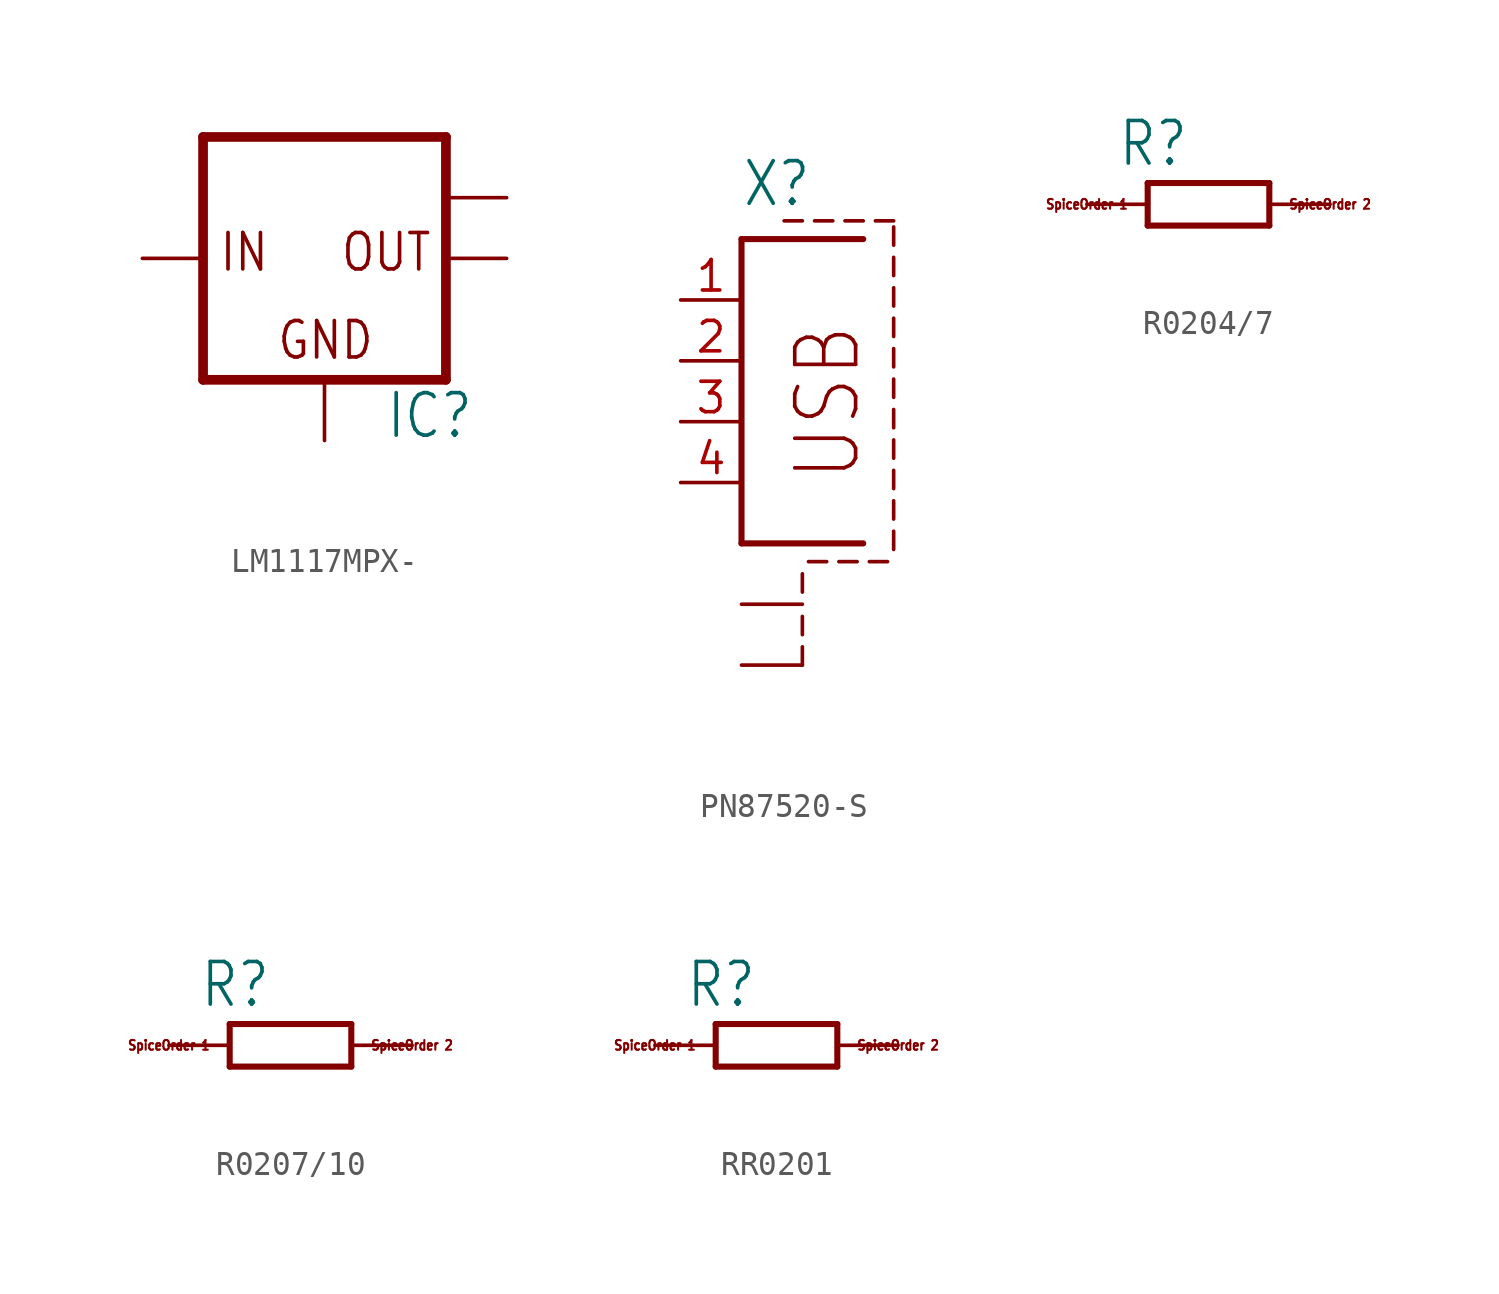
<source format=kicad_sym>
(kicad_symbol_lib
  (version 20220914)
  (generator kicad_symbol_editor)
  (symbol "LM1117MPX-"
    (property "Reference" "IC"
      (at 2.54 -7.62 0)
      (effects (font (size 1.778 1.511)) (justify left bottom)))
    (property "Value" ""
      (at 2.54 -10.16 0)
      (effects (font (size 1.778 1.511)) (justify left bottom)))
    (property "ki_locked" ""
      (at 0 0 0)
      (effects (font (size 1.27 1.27))))
    (symbol "LM1117MPX-_1_0"
      (polyline (pts (xy -5.08 -5.08) (xy 5.08 -5.08)) (stroke (width 0.406) (type solid)) (fill (type none)))
      (polyline (pts (xy -5.08 5.08) (xy -5.08 -5.08)) (stroke (width 0.406) (type solid)) (fill (type none)))
      (polyline (pts (xy 5.08 -5.08) (xy 5.08 5.08)) (stroke (width 0.406) (type solid)) (fill (type none)))
      (polyline (pts (xy 5.08 5.08) (xy -5.08 5.08)) (stroke (width 0.406) (type solid)) (fill (type none)))
      (text "GND" (at -2.032 -4.318 0) (effects (font (size 1.524 1.295)) (justify left bottom)))
      (text "IN" (at -4.445 -0.635 0) (effects (font (size 1.524 1.295)) (justify left bottom)))
      (text "OUT" (at 0.635 -0.635 0) (effects (font (size 1.524 1.295)) (justify left bottom)))
      (pin input line (at 0 -7.62 90) (length 2.54) (name "GND" (effects (font (size 0 0)))) (number "1" (effects (font (size 0 0)))))
      (pin passive line (at 7.62 0 180) (length 2.54) (name "OUT" (effects (font (size 0 0)))) (number "2" (effects (font (size 0 0)))))
      (pin input line (at -7.62 0 0) (length 2.54) (name "IN" (effects (font (size 0 0)))) (number "3" (effects (font (size 0 0)))))
      (pin passive line (at 7.62 2.54 180) (length 2.54) (name "OUT1" (effects (font (size 0 0)))) (number "TAB" (effects (font (size 0 0)))))))
  (symbol "PN87520-S"
    (property "Reference" "X"
      (at 0 8.89 0)
      (effects (font (size 1.778 1.511)) (justify left bottom)))
    (property "Value" ""
      (at 0 -12.7 0)
      (effects (font (size 1.778 1.511)) (justify left bottom)))
    (property "ki_locked" ""
      (at 0 0 0)
      (effects (font (size 1.27 1.27))))
    (symbol "PN87520-S_1_0"
      (polyline (pts (xy 0 -5.08) (xy 5.08 -5.08)) (stroke (width 0.254) (type solid)) (fill (type none)))
      (polyline (pts (xy 0 7.62) (xy 0 -5.08)) (stroke (width 0.254) (type solid)) (fill (type none)))
      (polyline (pts (xy 0 7.62) (xy 5.08 7.62)) (stroke (width 0.254) (type solid)) (fill (type none)))
      (polyline (pts (xy 2.54 -10.16) (xy 2.54 -9.398)) (stroke (width 0.152) (type solid)) (fill (type none)))
      (polyline (pts (xy 2.54 -8.89) (xy 2.54 -8.128)) (stroke (width 0.152) (type solid)) (fill (type none)))
      (polyline (pts (xy 2.54 -7.112) (xy 2.54 -6.35)) (stroke (width 0.152) (type solid)) (fill (type none)))
      (polyline (pts (xy 2.54 8.382) (xy 1.778 8.382)) (stroke (width 0.152) (type solid)) (fill (type none)))
      (polyline (pts (xy 3.556 -5.842) (xy 2.794 -5.842)) (stroke (width 0.152) (type solid)) (fill (type none)))
      (polyline (pts (xy 3.81 8.382) (xy 3.048 8.382)) (stroke (width 0.152) (type solid)) (fill (type none)))
      (polyline (pts (xy 4.826 -5.842) (xy 4.064 -5.842)) (stroke (width 0.152) (type solid)) (fill (type none)))
      (polyline (pts (xy 5.08 8.382) (xy 4.318 8.382)) (stroke (width 0.152) (type solid)) (fill (type none)))
      (polyline (pts (xy 6.096 -5.842) (xy 5.334 -5.842)) (stroke (width 0.152) (type solid)) (fill (type none)))
      (polyline (pts (xy 6.35 -5.334) (xy 6.35 -4.572)) (stroke (width 0.152) (type solid)) (fill (type none)))
      (polyline (pts (xy 6.35 -4.064) (xy 6.35 -3.302)) (stroke (width 0.152) (type solid)) (fill (type none)))
      (polyline (pts (xy 6.35 -2.794) (xy 6.35 -2.032)) (stroke (width 0.152) (type solid)) (fill (type none)))
      (polyline (pts (xy 6.35 -1.524) (xy 6.35 -0.762)) (stroke (width 0.152) (type solid)) (fill (type none)))
      (polyline (pts (xy 6.35 -0.254) (xy 6.35 0.508)) (stroke (width 0.152) (type solid)) (fill (type none)))
      (polyline (pts (xy 6.35 1.016) (xy 6.35 1.778)) (stroke (width 0.152) (type solid)) (fill (type none)))
      (polyline (pts (xy 6.35 2.286) (xy 6.35 3.048)) (stroke (width 0.152) (type solid)) (fill (type none)))
      (polyline (pts (xy 6.35 3.556) (xy 6.35 4.318)) (stroke (width 0.152) (type solid)) (fill (type none)))
      (polyline (pts (xy 6.35 4.826) (xy 6.35 5.588)) (stroke (width 0.152) (type solid)) (fill (type none)))
      (polyline (pts (xy 6.35 6.096) (xy 6.35 6.858)) (stroke (width 0.152) (type solid)) (fill (type none)))
      (polyline (pts (xy 6.35 7.366) (xy 6.35 8.128)) (stroke (width 0.152) (type solid)) (fill (type none)))
      (polyline (pts (xy 6.35 8.382) (xy 5.588 8.382)) (stroke (width 0.152) (type solid)) (fill (type none)))
      (text "USB" (at 5.08 -2.54 900) (effects (font (size 2.54 2.159)) (justify left bottom)))
      (pin passive line (at -2.54 5.08 0) (length 2.54) (name "1" (effects (font (size 0 0)))) (number "1" (effects (font (size 1.27 1.27)))))
      (pin passive line (at -2.54 2.54 0) (length 2.54) (name "2" (effects (font (size 0 0)))) (number "2" (effects (font (size 1.27 1.27)))))
      (pin passive line (at -2.54 0 0) (length 2.54) (name "3" (effects (font (size 0 0)))) (number "3" (effects (font (size 1.27 1.27)))))
      (pin passive line (at -2.54 -2.54 0) (length 2.54) (name "4" (effects (font (size 0 0)))) (number "4" (effects (font (size 1.27 1.27)))))
      (pin passive line (at 0 -7.62 0) (length 2.54) (name "S1" (effects (font (size 0 0)))) (number "S1" (effects (font (size 0 0)))))
      (pin passive line (at 0 -10.16 0) (length 2.54) (name "S2" (effects (font (size 0 0)))) (number "S2" (effects (font (size 0 0)))))))
  (symbol "R0204/7"
    (property "Reference" "R"
      (at -3.81 1.499 0)
      (effects (font (size 1.778 1.511)) (justify left bottom)))
    (property "Value" ""
      (at -3.81 -3.302 0)
      (effects (font (size 1.778 1.511)) (justify left bottom)))
    (property "ki_locked" ""
      (at 0 0 0)
      (effects (font (size 1.27 1.27))))
    (symbol "R0204/7_1_0"
      (polyline (pts (xy -2.54 -0.889) (xy -2.54 0.889)) (stroke (width 0.254) (type solid)) (fill (type none)))
      (polyline (pts (xy -2.54 -0.889) (xy 2.54 -0.889)) (stroke (width 0.254) (type solid)) (fill (type none)))
      (polyline (pts (xy 2.54 -0.889) (xy 2.54 0.889)) (stroke (width 0.254) (type solid)) (fill (type none)))
      (polyline (pts (xy 2.54 0.889) (xy -2.54 0.889)) (stroke (width 0.254) (type solid)) (fill (type none)))
      (text "SpiceOrder 1" (at -5.08 0 0) (effects (font (size 0.406 0.345))))
      (text "SpiceOrder 2" (at 5.08 0 0) (effects (font (size 0.406 0.345))))
      (pin passive line (at -5.08 0 0) (length 2.54) (name "1" (effects (font (size 0 0)))) (number "1" (effects (font (size 0 0)))))
      (pin passive line (at 5.08 0 180) (length 2.54) (name "2" (effects (font (size 0 0)))) (number "2" (effects (font (size 0 0)))))))
  (symbol "R0207/10"
    (property "Reference" "R"
      (at -3.81 1.499 0)
      (effects (font (size 1.778 1.511)) (justify left bottom)))
    (property "Value" ""
      (at -3.81 -3.302 0)
      (effects (font (size 1.778 1.511)) (justify left bottom)))
    (property "ki_locked" ""
      (at 0 0 0)
      (effects (font (size 1.27 1.27))))
    (symbol "R0207/10_1_0"
      (polyline (pts (xy -2.54 -0.889) (xy -2.54 0.889)) (stroke (width 0.254) (type solid)) (fill (type none)))
      (polyline (pts (xy -2.54 -0.889) (xy 2.54 -0.889)) (stroke (width 0.254) (type solid)) (fill (type none)))
      (polyline (pts (xy 2.54 -0.889) (xy 2.54 0.889)) (stroke (width 0.254) (type solid)) (fill (type none)))
      (polyline (pts (xy 2.54 0.889) (xy -2.54 0.889)) (stroke (width 0.254) (type solid)) (fill (type none)))
      (text "SpiceOrder 1" (at -5.08 0 0) (effects (font (size 0.406 0.345))))
      (text "SpiceOrder 2" (at 5.08 0 0) (effects (font (size 0.406 0.345))))
      (pin passive line (at -5.08 0 0) (length 2.54) (name "1" (effects (font (size 0 0)))) (number "1" (effects (font (size 0 0)))))
      (pin passive line (at 5.08 0 180) (length 2.54) (name "2" (effects (font (size 0 0)))) (number "2" (effects (font (size 0 0)))))))
  (symbol "RR0201"
    (property "Reference" "R"
      (at -3.81 1.499 0)
      (effects (font (size 1.778 1.511)) (justify left bottom)))
    (property "Value" ""
      (at -3.81 -3.302 0)
      (effects (font (size 1.778 1.511)) (justify left bottom)))
    (property "ki_locked" ""
      (at 0 0 0)
      (effects (font (size 1.27 1.27))))
    (symbol "RR0201_1_0"
      (polyline (pts (xy -2.54 -0.889) (xy -2.54 0.889)) (stroke (width 0.254) (type solid)) (fill (type none)))
      (polyline (pts (xy -2.54 -0.889) (xy 2.54 -0.889)) (stroke (width 0.254) (type solid)) (fill (type none)))
      (polyline (pts (xy 2.54 -0.889) (xy 2.54 0.889)) (stroke (width 0.254) (type solid)) (fill (type none)))
      (polyline (pts (xy 2.54 0.889) (xy -2.54 0.889)) (stroke (width 0.254) (type solid)) (fill (type none)))
      (text "SpiceOrder 1" (at -5.08 0 0) (effects (font (size 0.406 0.345))))
      (text "SpiceOrder 2" (at 5.08 0 0) (effects (font (size 0.406 0.345))))
      (pin passive line (at -5.08 0 0) (length 2.54) (name "1" (effects (font (size 0 0)))) (number "1" (effects (font (size 0 0)))))
      (pin passive line (at 5.08 0 180) (length 2.54) (name "2" (effects (font (size 0 0)))) (number "2" (effects (font (size 0 0))))))))
</source>
